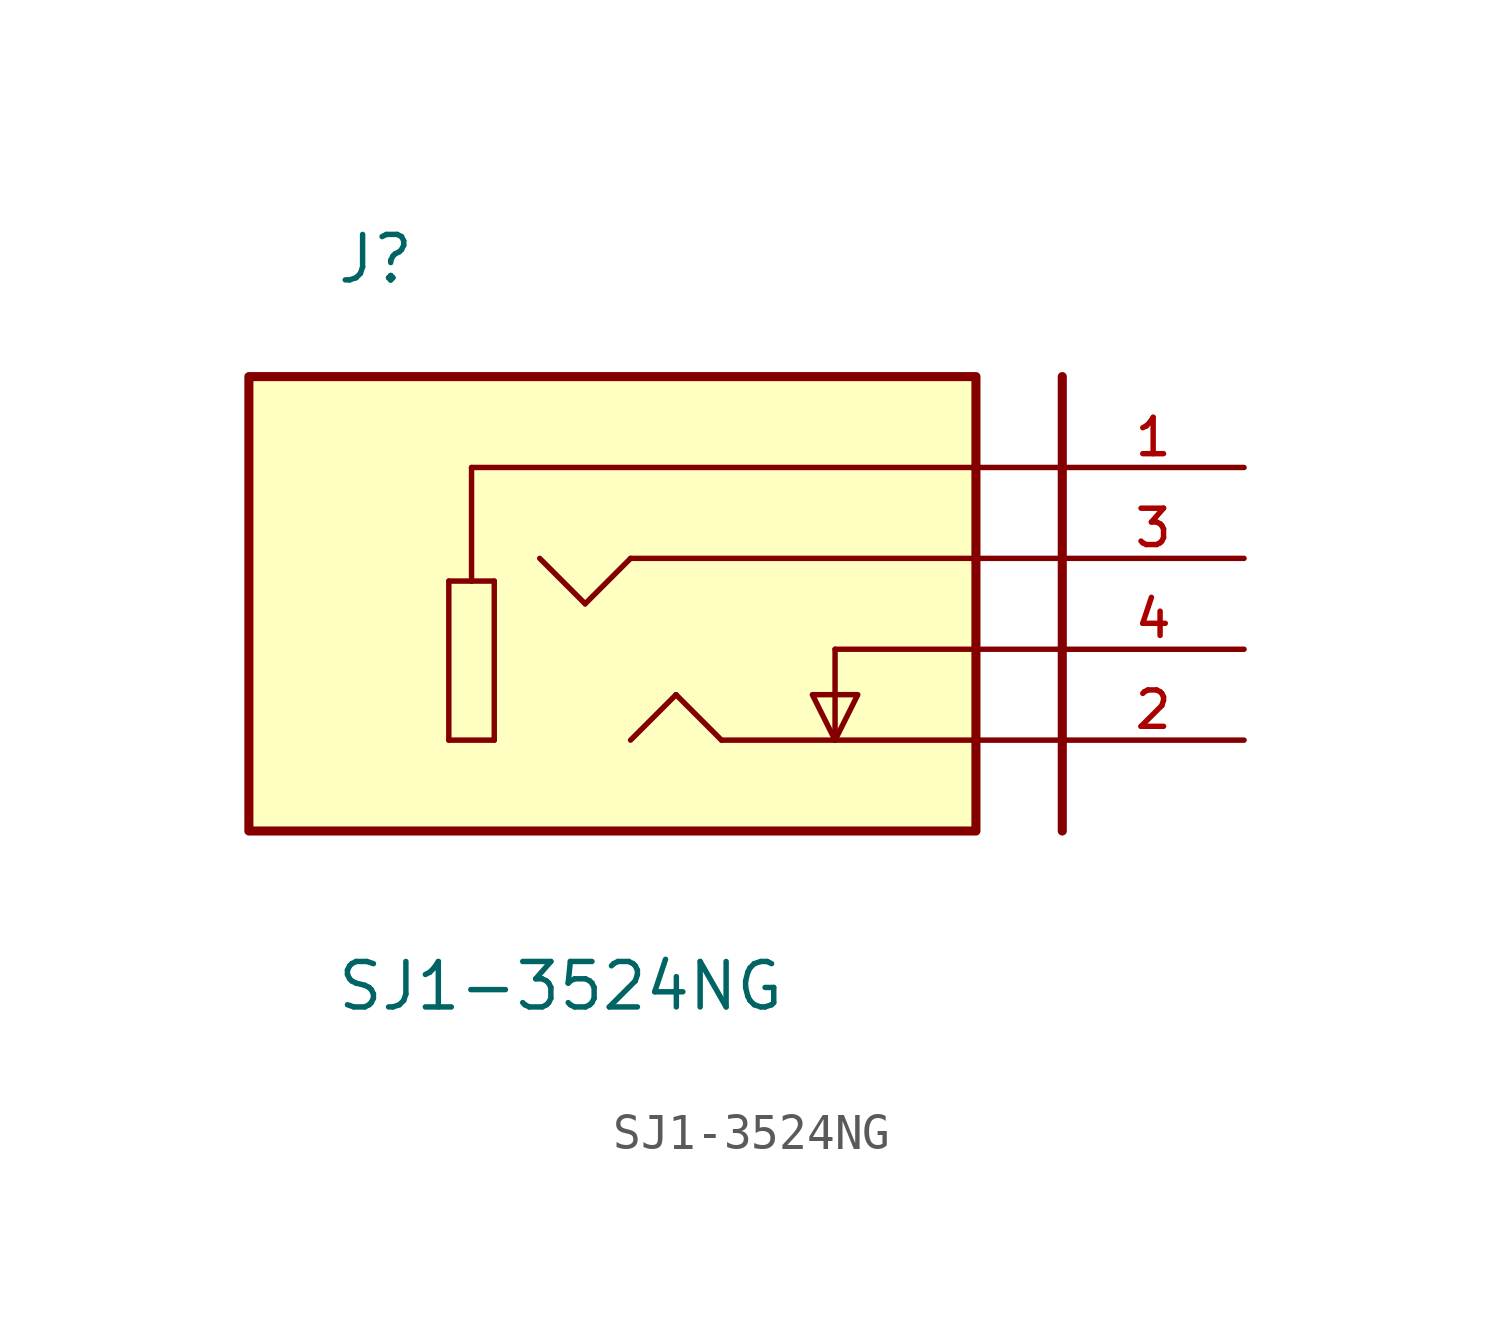
<source format=kicad_sym>
(kicad_symbol_lib
  (version 20231120)
  (generator "kicad_symbol_editor")
  (generator_version "8.0")
  (symbol "SJ1-3524NG"
    (pin_names
      (offset 1.016) hide)
    (property "Reference" "J"
      (at -10.16 7.62 0)
      (effects (font (size 1.27 1.27)) (justify left bottom)))
    (property "Value" "SJ1-3524NG"
      (at -10.16 -12.7 0)
      (effects (font (size 1.27 1.27)) (justify left bottom)))
    (property "ki_locked" ""
      (at 0 0 0)
      (effects (font (size 1.27 1.27))))
    (symbol "SJ1-3524NG_0_0"
      (rectangle (start -12.573 -7.62) (end 7.747 5.08) (stroke (width 0.254) (type solid)) (fill (type background)))
      (polyline (pts (xy -6.985 -5.08) (xy -6.985 -0.635)) (stroke (width 0.152) (type solid)) (fill (type none)))
      (polyline (pts (xy -6.985 -0.635) (xy -6.35 -0.635)) (stroke (width 0.152) (type solid)) (fill (type none)))
      (polyline (pts (xy -6.35 -0.635) (xy -5.715 -0.635)) (stroke (width 0.152) (type solid)) (fill (type none)))
      (polyline (pts (xy -6.35 2.54) (xy -6.35 -0.635)) (stroke (width 0.152) (type solid)) (fill (type none)))
      (polyline (pts (xy -5.715 -5.08) (xy -6.985 -5.08)) (stroke (width 0.152) (type solid)) (fill (type none)))
      (polyline (pts (xy -5.715 -0.635) (xy -5.715 -5.08)) (stroke (width 0.152) (type solid)) (fill (type none)))
      (polyline (pts (xy -3.175 -1.27) (xy -4.445 0)) (stroke (width 0.152) (type solid)) (fill (type none)))
      (polyline (pts (xy -1.905 0) (xy -3.175 -1.27)) (stroke (width 0.152) (type solid)) (fill (type none)))
      (polyline (pts (xy -0.635 -3.81) (xy -1.905 -5.08)) (stroke (width 0.152) (type solid)) (fill (type none)))
      (polyline (pts (xy 0.635 -5.08) (xy -0.635 -3.81)) (stroke (width 0.152) (type solid)) (fill (type none)))
      (polyline (pts (xy 3.81 -5.08) (xy 0.635 -5.08)) (stroke (width 0.152) (type solid)) (fill (type none)))
      (polyline (pts (xy 3.81 -2.54) (xy 3.81 -5.08)) (stroke (width 0.152) (type solid)) (fill (type none)))
      (polyline (pts (xy 10.16 -7.62) (xy 10.16 5.08)) (stroke (width 0.254) (type solid)) (fill (type none)))
      (polyline (pts (xy 10.16 -5.08) (xy 3.81 -5.08)) (stroke (width 0.152) (type solid)) (fill (type none)))
      (polyline (pts (xy 10.16 -2.54) (xy 3.81 -2.54)) (stroke (width 0.152) (type solid)) (fill (type none)))
      (polyline (pts (xy 10.16 0) (xy -1.905 0)) (stroke (width 0.152) (type solid)) (fill (type none)))
      (polyline (pts (xy 10.16 2.54) (xy -6.35 2.54)) (stroke (width 0.152) (type solid)) (fill (type none)))
      (polyline (pts (xy 3.81 -5.08) (xy 3.175 -3.81) (xy 4.445 -3.81) (xy 3.81 -5.08)) (stroke (width 0.152) (type solid)) (fill (type background)))
      (pin passive line (at 15.24 2.54 180) (length 5.08) (name "~" (effects (font (size 1.016 1.016)))) (number "1" (effects (font (size 1.016 1.016)))))
      (pin passive line (at 15.24 -5.08 180) (length 5.08) (name "~" (effects (font (size 1.016 1.016)))) (number "2" (effects (font (size 1.016 1.016)))))
      (pin passive line (at 15.24 0 180) (length 5.08) (name "~" (effects (font (size 1.016 1.016)))) (number "3" (effects (font (size 1.016 1.016)))))
      (pin passive line (at 15.24 -2.54 180) (length 5.08) (name "~" (effects (font (size 1.016 1.016)))) (number "4" (effects (font (size 1.016 1.016))))))))
</source>
